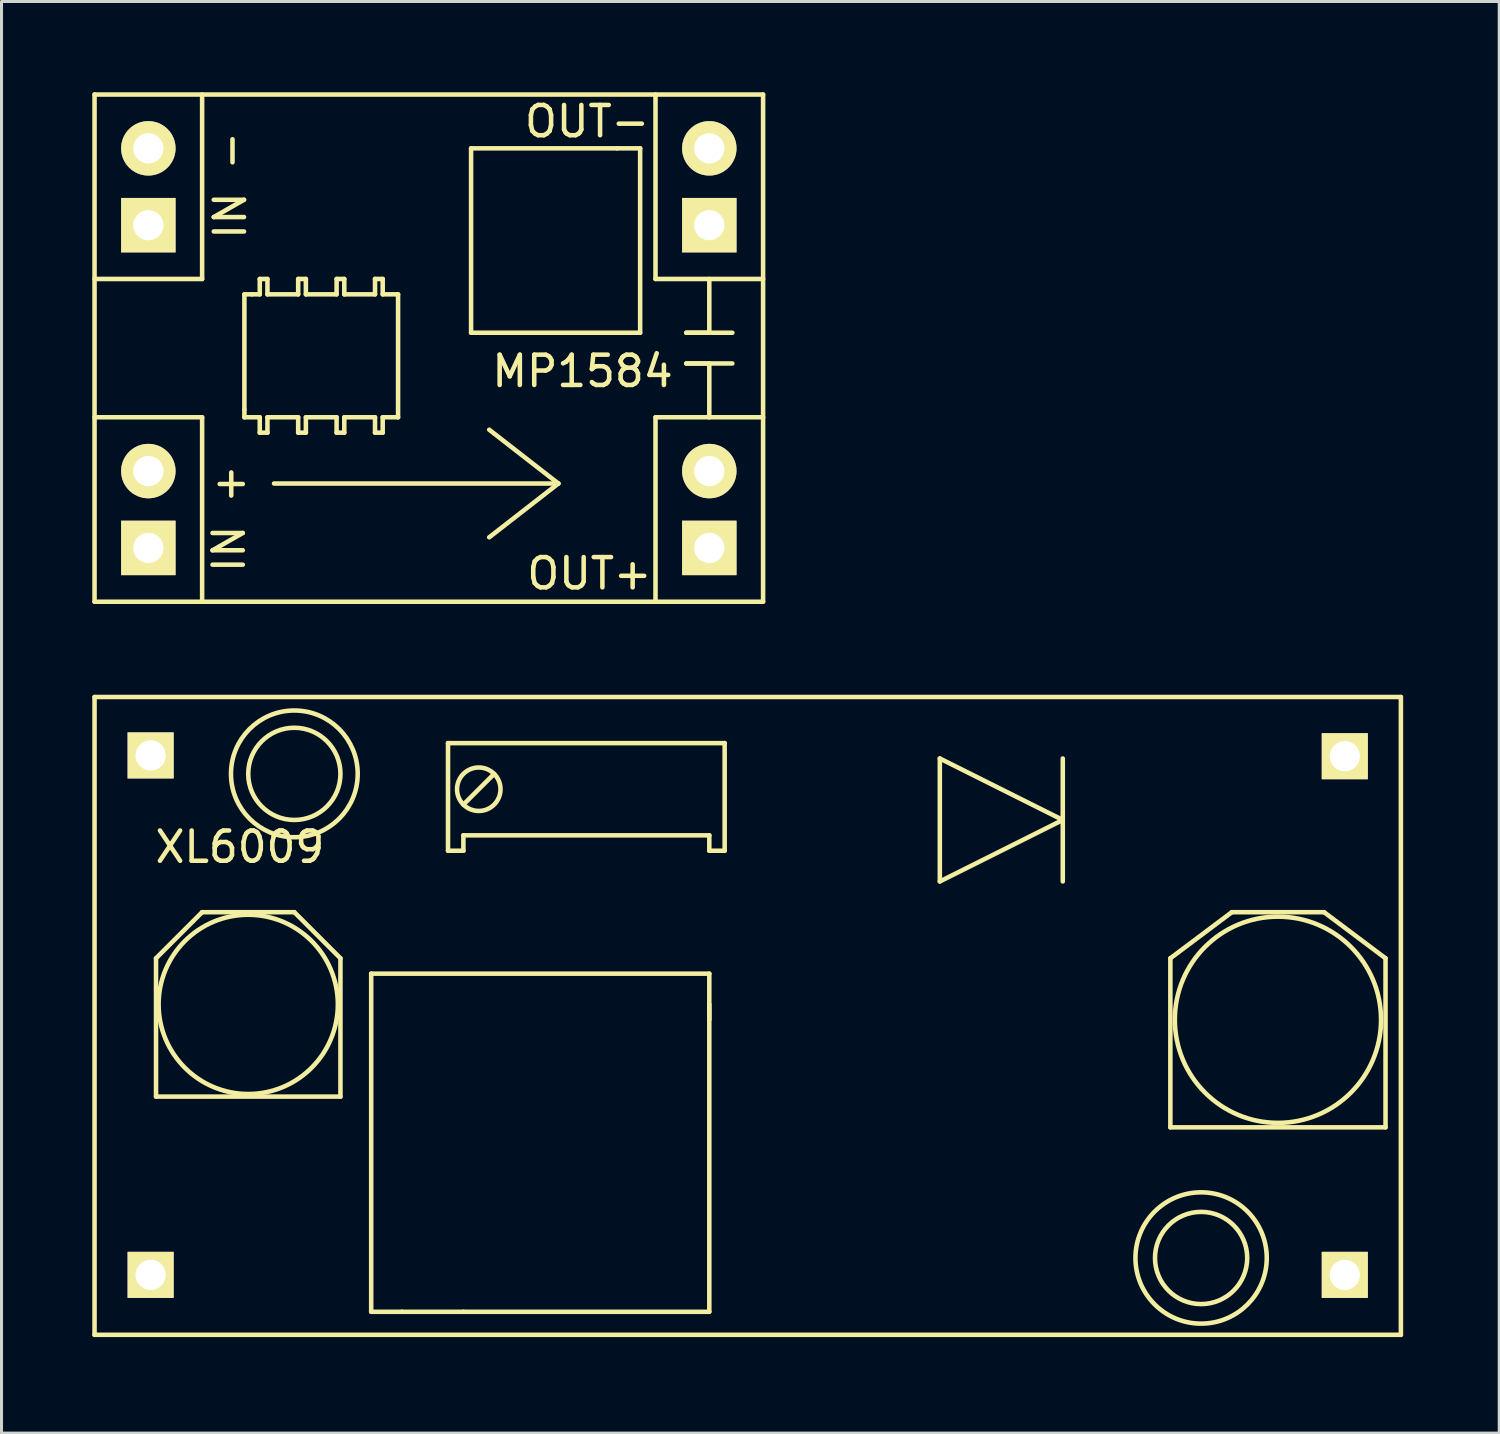
<source format=kicad_pcb>
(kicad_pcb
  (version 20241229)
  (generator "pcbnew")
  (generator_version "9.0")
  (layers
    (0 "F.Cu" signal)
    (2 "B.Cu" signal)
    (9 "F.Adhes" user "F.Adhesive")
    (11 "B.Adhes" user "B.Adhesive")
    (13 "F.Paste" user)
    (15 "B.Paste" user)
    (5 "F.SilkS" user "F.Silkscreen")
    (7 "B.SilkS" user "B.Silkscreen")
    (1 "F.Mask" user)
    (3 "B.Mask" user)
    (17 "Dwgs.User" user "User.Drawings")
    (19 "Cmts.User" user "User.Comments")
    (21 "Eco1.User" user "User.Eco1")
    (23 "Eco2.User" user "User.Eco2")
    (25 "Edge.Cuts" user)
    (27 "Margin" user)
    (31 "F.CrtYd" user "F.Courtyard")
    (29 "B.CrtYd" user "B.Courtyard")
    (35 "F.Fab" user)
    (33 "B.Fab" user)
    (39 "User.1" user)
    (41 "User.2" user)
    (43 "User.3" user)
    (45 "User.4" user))
  (footprint "XL6009"
    (layer "F.Cu")
    (at 43.255 41.071)
    (property "Reference" "XL6009" (at -38.375 -16.125 0) (layer "F.SilkS") (effects (font (size 1 1) (thickness 0.15))))
    (attr through_hole)
    (fp_line (start -43.18 -21.082) (end 0 -21.082) (stroke (width 0.15) (type solid)) (layer "F.SilkS"))
    (fp_line (start -43.18 0) (end -43.18 -21.082) (stroke (width 0.15) (type solid)) (layer "F.SilkS"))
    (fp_line (start -41.148 -12.446) (end -41.148 -7.874) (stroke (width 0.15) (type solid)) (layer "F.SilkS"))
    (fp_line (start -41.148 -7.874) (end -35.052 -7.874) (stroke (width 0.15) (type solid)) (layer "F.SilkS"))
    (fp_line (start -39.624 -13.97) (end -41.148 -12.446) (stroke (width 0.15) (type solid)) (layer "F.SilkS"))
    (fp_line (start -36.576 -13.97) (end -39.624 -13.97) (stroke (width 0.15) (type solid)) (layer "F.SilkS"))
    (fp_line (start -35.052 -12.446) (end -36.576 -13.97) (stroke (width 0.15) (type solid)) (layer "F.SilkS"))
    (fp_line (start -35.052 -7.874) (end -35.052 -12.446) (stroke (width 0.15) (type solid)) (layer "F.SilkS"))
    (fp_line (start -34.036 -11.938) (end -22.86 -11.938) (stroke (width 0.15) (type solid)) (layer "F.SilkS"))
    (fp_line (start -34.036 -0.762) (end -34.036 -11.938) (stroke (width 0.15) (type solid)) (layer "F.SilkS"))
    (fp_line (start -33.02 -0.762) (end -34.036 -0.762) (stroke (width 0.15) (type solid)) (layer "F.SilkS"))
    (fp_line (start -31.496 -19.558) (end -31.496 -16.002) (stroke (width 0.15) (type solid)) (layer "F.SilkS"))
    (fp_line (start -31.496 -16.002) (end -30.988 -16.002) (stroke (width 0.15) (type solid)) (layer "F.SilkS"))
    (fp_line (start -30.988 -17.526) (end -29.972 -18.542) (stroke (width 0.15) (type solid)) (layer "F.SilkS"))
    (fp_line (start -30.988 -16.51) (end -22.86 -16.51) (stroke (width 0.15) (type solid)) (layer "F.SilkS"))
    (fp_line (start -30.988 -16.002) (end -30.988 -16.51) (stroke (width 0.15) (type solid)) (layer "F.SilkS"))
    (fp_line (start -30.988 -0.762) (end -33.02 -0.762) (stroke (width 0.15) (type solid)) (layer "F.SilkS"))
    (fp_line (start -22.86 -16.51) (end -22.86 -16.002) (stroke (width 0.15) (type solid)) (layer "F.SilkS"))
    (fp_line (start -22.86 -16.002) (end -22.352 -16.002) (stroke (width 0.15) (type solid)) (layer "F.SilkS"))
    (fp_line (start -22.86 -11.938) (end -22.86 -10.414) (stroke (width 0.15) (type solid)) (layer "F.SilkS"))
    (fp_line (start -22.86 -10.922) (end -22.86 -0.762) (stroke (width 0.15) (type solid)) (layer "F.SilkS"))
    (fp_line (start -22.86 -0.762) (end -30.988 -0.762) (stroke (width 0.15) (type solid)) (layer "F.SilkS"))
    (fp_line (start -22.352 -19.558) (end -31.496 -19.558) (stroke (width 0.15) (type solid)) (layer "F.SilkS"))
    (fp_line (start -22.352 -16.002) (end -22.352 -19.558) (stroke (width 0.15) (type solid)) (layer "F.SilkS"))
    (fp_line (start -15.24 -19.05) (end -15.24 -14.986) (stroke (width 0.15) (type solid)) (layer "F.SilkS"))
    (fp_line (start -15.24 -14.986) (end -11.176 -17.018) (stroke (width 0.15) (type solid)) (layer "F.SilkS"))
    (fp_line (start -11.176 -19.05) (end -11.176 -14.986) (stroke (width 0.15) (type solid)) (layer "F.SilkS"))
    (fp_line (start -11.176 -17.018) (end -15.24 -19.05) (stroke (width 0.15) (type solid)) (layer "F.SilkS"))
    (fp_line (start -7.62 -12.446) (end -5.588 -13.97) (stroke (width 0.15) (type solid)) (layer "F.SilkS"))
    (fp_line (start -7.62 -6.858) (end -7.62 -12.446) (stroke (width 0.15) (type solid)) (layer "F.SilkS"))
    (fp_line (start -5.588 -13.97) (end -2.54 -13.97) (stroke (width 0.15) (type solid)) (layer "F.SilkS"))
    (fp_line (start -2.54 -13.97) (end -0.508 -12.446) (stroke (width 0.15) (type solid)) (layer "F.SilkS"))
    (fp_line (start -0.508 -12.446) (end -0.508 -6.858) (stroke (width 0.15) (type solid)) (layer "F.SilkS"))
    (fp_line (start -0.508 -6.858) (end -7.62 -6.858) (stroke (width 0.15) (type solid)) (layer "F.SilkS"))
    (fp_line (start 0 0) (end -43.18 0) (stroke (width 0.15) (type solid)) (layer "F.SilkS"))
    (fp_line (start 0 0) (end 0 -21.082) (stroke (width 0.15) (type solid)) (layer "F.SilkS"))
    (fp_circle (center -38.1 -10.922) (end -35.56 -12.446) (stroke (width 0.15) (type solid)) (fill no) (layer "F.SilkS"))
    (fp_circle (center -36.576 -18.542) (end -37.084 -20.574) (stroke (width 0.15) (type solid)) (fill no) (layer "F.SilkS"))
    (fp_circle (center -36.576 -18.542) (end -36.576 -20.066) (stroke (width 0.15) (type solid)) (fill no) (layer "F.SilkS"))
    (fp_circle (center -30.48 -18.034) (end -29.972 -18.542) (stroke (width 0.15) (type solid)) (fill no) (layer "F.SilkS"))
    (fp_circle (center -6.604 -2.54) (end -6.604 -1.016) (stroke (width 0.15) (type solid)) (fill no) (layer "F.SilkS"))
    (fp_circle (center -6.604 -2.54) (end -5.842 -0.508) (stroke (width 0.15) (type solid)) (fill no) (layer "F.SilkS"))
    (fp_circle (center -4.064 -10.414) (end -1.016 -11.938) (stroke (width 0.15) (type solid)) (fill no) (layer "F.SilkS"))
    (pad "1" thru_hole rect (at -41.326 -19.152) (size 1.524 1.524) (drill 1) (layers "*.Cu" "*.Mask" "F.SilkS"))
    (pad "2" thru_hole rect (at -41.326 -1.981) (size 1.524 1.524) (drill 1) (layers "*.Cu" "*.Mask" "F.SilkS"))
    (pad "3" thru_hole rect (at -1.854 -1.981) (size 1.524 1.524) (drill 1) (layers "*.Cu" "*.Mask" "F.SilkS"))
    (pad "4" thru_hole rect (at -1.854 -19.126) (size 1.524 1.524) (drill 1) (layers "*.Cu" "*.Mask" "F.SilkS")))
  (footprint "MP1584"
    (layer "F.Cu")
    (at 11.124 8.457)
    (property "Reference" "MP1584" (at 5.08 0.762 0) (layer "F.SilkS") (effects (font (size 1 1) (thickness 0.15))))
    (attr through_hole)
    (fp_line (start -11.049 -8.382) (end 11.049 -8.382) (stroke (width 0.15) (type solid)) (layer "F.SilkS"))
    (fp_line (start -11.049 2.286) (end -7.493 2.286) (stroke (width 0.15) (type solid)) (layer "F.SilkS"))
    (fp_line (start -11.049 8.382) (end -11.049 -8.382) (stroke (width 0.15) (type solid)) (layer "F.SilkS"))
    (fp_line (start -7.493 -8.382) (end -7.493 -2.286) (stroke (width 0.15) (type solid)) (layer "F.SilkS"))
    (fp_line (start -7.493 -2.286) (end -11.049 -2.286) (stroke (width 0.15) (type solid)) (layer "F.SilkS"))
    (fp_line (start -7.493 2.286) (end -7.493 8.382) (stroke (width 0.15) (type solid)) (layer "F.SilkS"))
    (fp_line (start -6.096 -1.778) (end -5.842 -1.778) (stroke (width 0.15) (type solid)) (layer "F.SilkS"))
    (fp_line (start -6.096 2.032) (end -6.096 -1.778) (stroke (width 0.15) (type solid)) (layer "F.SilkS"))
    (fp_line (start -6.096 2.286) (end -6.096 2.032) (stroke (width 0.15) (type solid)) (layer "F.SilkS"))
    (fp_line (start -5.842 -1.778) (end -5.588 -1.778) (stroke (width 0.15) (type solid)) (layer "F.SilkS"))
    (fp_line (start -5.588 -2.286) (end -5.334 -2.286) (stroke (width 0.15) (type solid)) (layer "F.SilkS"))
    (fp_line (start -5.588 -1.778) (end -5.588 -2.286) (stroke (width 0.15) (type solid)) (layer "F.SilkS"))
    (fp_line (start -5.588 2.286) (end -6.096 2.286) (stroke (width 0.15) (type solid)) (layer "F.SilkS"))
    (fp_line (start -5.588 2.794) (end -5.588 2.286) (stroke (width 0.15) (type solid)) (layer "F.SilkS"))
    (fp_line (start -5.334 -1.778) (end -5.334 -2.286) (stroke (width 0.15) (type solid)) (layer "F.SilkS"))
    (fp_line (start -5.334 -1.778) (end -4.318 -1.778) (stroke (width 0.15) (type solid)) (layer "F.SilkS"))
    (fp_line (start -5.334 2.286) (end -5.334 2.794) (stroke (width 0.15) (type solid)) (layer "F.SilkS"))
    (fp_line (start -5.334 2.794) (end -5.588 2.794) (stroke (width 0.15) (type solid)) (layer "F.SilkS"))
    (fp_line (start -5.116 4.475) (end 4.282 4.475) (stroke (width 0.15) (type solid)) (layer "F.SilkS"))
    (fp_line (start -4.318 -2.286) (end -4.064 -2.286) (stroke (width 0.15) (type solid)) (layer "F.SilkS"))
    (fp_line (start -4.318 -1.778) (end -4.318 -2.286) (stroke (width 0.15) (type solid)) (layer "F.SilkS"))
    (fp_line (start -4.318 2.286) (end -5.334 2.286) (stroke (width 0.15) (type solid)) (layer "F.SilkS"))
    (fp_line (start -4.318 2.794) (end -4.318 2.286) (stroke (width 0.15) (type solid)) (layer "F.SilkS"))
    (fp_line (start -4.064 -1.778) (end -4.064 -2.286) (stroke (width 0.15) (type solid)) (layer "F.SilkS"))
    (fp_line (start -4.064 -1.778) (end -3.048 -1.778) (stroke (width 0.15) (type solid)) (layer "F.SilkS"))
    (fp_line (start -4.064 2.286) (end -4.064 2.794) (stroke (width 0.15) (type solid)) (layer "F.SilkS"))
    (fp_line (start -4.064 2.794) (end -4.318 2.794) (stroke (width 0.15) (type solid)) (layer "F.SilkS"))
    (fp_line (start -3.048 -2.286) (end -2.794 -2.286) (stroke (width 0.15) (type solid)) (layer "F.SilkS"))
    (fp_line (start -3.048 -1.778) (end -3.048 -2.286) (stroke (width 0.15) (type solid)) (layer "F.SilkS"))
    (fp_line (start -3.048 2.286) (end -4.064 2.286) (stroke (width 0.15) (type solid)) (layer "F.SilkS"))
    (fp_line (start -3.048 2.794) (end -3.048 2.286) (stroke (width 0.15) (type solid)) (layer "F.SilkS"))
    (fp_line (start -2.794 -2.286) (end -2.794 -1.778) (stroke (width 0.15) (type solid)) (layer "F.SilkS"))
    (fp_line (start -2.794 -1.778) (end -1.778 -1.778) (stroke (width 0.15) (type solid)) (layer "F.SilkS"))
    (fp_line (start -2.794 2.286) (end -2.794 2.794) (stroke (width 0.15) (type solid)) (layer "F.SilkS"))
    (fp_line (start -2.794 2.794) (end -3.048 2.794) (stroke (width 0.15) (type solid)) (layer "F.SilkS"))
    (fp_line (start -1.778 -2.286) (end -1.524 -2.286) (stroke (width 0.15) (type solid)) (layer "F.SilkS"))
    (fp_line (start -1.778 -1.778) (end -1.778 -2.286) (stroke (width 0.15) (type solid)) (layer "F.SilkS"))
    (fp_line (start -1.778 2.286) (end -2.794 2.286) (stroke (width 0.15) (type solid)) (layer "F.SilkS"))
    (fp_line (start -1.778 2.794) (end -1.778 2.286) (stroke (width 0.15) (type solid)) (layer "F.SilkS"))
    (fp_line (start -1.524 -1.778) (end -1.524 -2.286) (stroke (width 0.15) (type solid)) (layer "F.SilkS"))
    (fp_line (start -1.524 -1.778) (end -1.016 -1.778) (stroke (width 0.15) (type solid)) (layer "F.SilkS"))
    (fp_line (start -1.524 2.286) (end -1.524 2.794) (stroke (width 0.15) (type solid)) (layer "F.SilkS"))
    (fp_line (start -1.524 2.794) (end -1.778 2.794) (stroke (width 0.15) (type solid)) (layer "F.SilkS"))
    (fp_line (start -1.016 -1.778) (end -1.016 2.286) (stroke (width 0.15) (type solid)) (layer "F.SilkS"))
    (fp_line (start -1.016 2.286) (end -1.524 2.286) (stroke (width 0.15) (type solid)) (layer "F.SilkS"))
    (fp_line (start 1.397 -6.604) (end 1.397 -0.508) (stroke (width 0.15) (type solid)) (layer "F.SilkS"))
    (fp_line (start 1.397 -0.508) (end 6.985 -0.508) (stroke (width 0.15) (type solid)) (layer "F.SilkS"))
    (fp_line (start 4.282 4.475) (end 1.996 2.697) (stroke (width 0.15) (type solid)) (layer "F.SilkS"))
    (fp_line (start 4.282 4.475) (end 1.996 6.253) (stroke (width 0.15) (type solid)) (layer "F.SilkS"))
    (fp_line (start 6.223 -6.604) (end 1.397 -6.604) (stroke (width 0.15) (type solid)) (layer "F.SilkS"))
    (fp_line (start 6.985 -6.604) (end 6.223 -6.604) (stroke (width 0.15) (type solid)) (layer "F.SilkS"))
    (fp_line (start 6.985 -0.508) (end 6.985 -6.604) (stroke (width 0.15) (type solid)) (layer "F.SilkS"))
    (fp_line (start 7.493 -2.286) (end 7.493 -8.382) (stroke (width 0.15) (type solid)) (layer "F.SilkS"))
    (fp_line (start 7.493 2.286) (end 11.049 2.286) (stroke (width 0.15) (type solid)) (layer "F.SilkS"))
    (fp_line (start 7.493 8.382) (end 7.493 2.286) (stroke (width 0.15) (type solid)) (layer "F.SilkS"))
    (fp_line (start 8.509 -0.508) (end 10.033 -0.508) (stroke (width 0.15) (type solid)) (layer "F.SilkS"))
    (fp_line (start 8.509 0.508) (end 9.271 0.508) (stroke (width 0.15) (type solid)) (layer "F.SilkS"))
    (fp_line (start 9.271 -2.286) (end 9.271 -0.508) (stroke (width 0.15) (type solid)) (layer "F.SilkS"))
    (fp_line (start 9.271 -0.508) (end 8.509 -0.508) (stroke (width 0.15) (type solid)) (layer "F.SilkS"))
    (fp_line (start 9.271 0.508) (end 9.271 2.286) (stroke (width 0.15) (type solid)) (layer "F.SilkS"))
    (fp_line (start 10.033 0.508) (end 8.509 0.508) (stroke (width 0.15) (type solid)) (layer "F.SilkS"))
    (fp_line (start 11.049 -8.382) (end 11.049 8.382) (stroke (width 0.15) (type solid)) (layer "F.SilkS"))
    (fp_line (start 11.049 -2.286) (end 7.493 -2.286) (stroke (width 0.15) (type solid)) (layer "F.SilkS"))
    (fp_line (start 11.049 8.382) (end -11.049 8.382) (stroke (width 0.15) (type solid)) (layer "F.SilkS"))
    (fp_text user "OUT+" (at 5.309 7.452 0) (layer "F.SilkS") (effects (font (size 1 1) (thickness 0.15))))
    (fp_text user "IN -" (at -6.563 -5.38 90) (layer "F.SilkS") (effects (font (size 1 1) (thickness 0.15))))
    (fp_text user "OUT-" (at 5.232 -7.493 0) (layer "F.SilkS") (effects (font (size 1 1) (thickness 0.15))))
    (fp_text user "IN +" (at -6.604 5.634 90) (layer "F.SilkS") (effects (font (size 1 1) (thickness 0.15))))
    (pad "1" thru_hole circle (at -9.271 4.064) (size 1.8 1.8) (drill 1) (layers "*.Cu" "*.Mask" "F.SilkS"))
    (pad "1" thru_hole rect (at -9.271 6.604) (size 1.8 1.8) (drill 1) (layers "*.Cu" "*.Mask" "F.SilkS"))
    (pad "2" thru_hole circle (at -9.271 -6.604) (size 1.8 1.8) (drill 1) (layers "*.Cu" "*.Mask" "F.SilkS"))
    (pad "2" thru_hole rect (at -9.271 -4.064) (size 1.8 1.8) (drill 1) (layers "*.Cu" "*.Mask" "F.SilkS"))
    (pad "3" thru_hole circle (at 9.271 4.064) (size 1.8 1.8) (drill 1) (layers "*.Cu" "*.Mask" "F.SilkS"))
    (pad "3" thru_hole rect (at 9.271 6.604) (size 1.8 1.8) (drill 1) (layers "*.Cu" "*.Mask" "F.SilkS"))
    (pad "4" thru_hole circle (at 9.271 -6.604) (size 1.8 1.8) (drill 1) (layers "*.Cu" "*.Mask" "F.SilkS"))
    (pad "4" thru_hole rect (at 9.271 -4.064) (size 1.8 1.8) (drill 1) (layers "*.Cu" "*.Mask" "F.SilkS")))
  (gr_rect
    (start -3 -3)
    (end 46.505 44.321)
    (stroke (width 0.1) (type default))
    (fill no)
    (layer "Edge.Cuts")))
</source>
